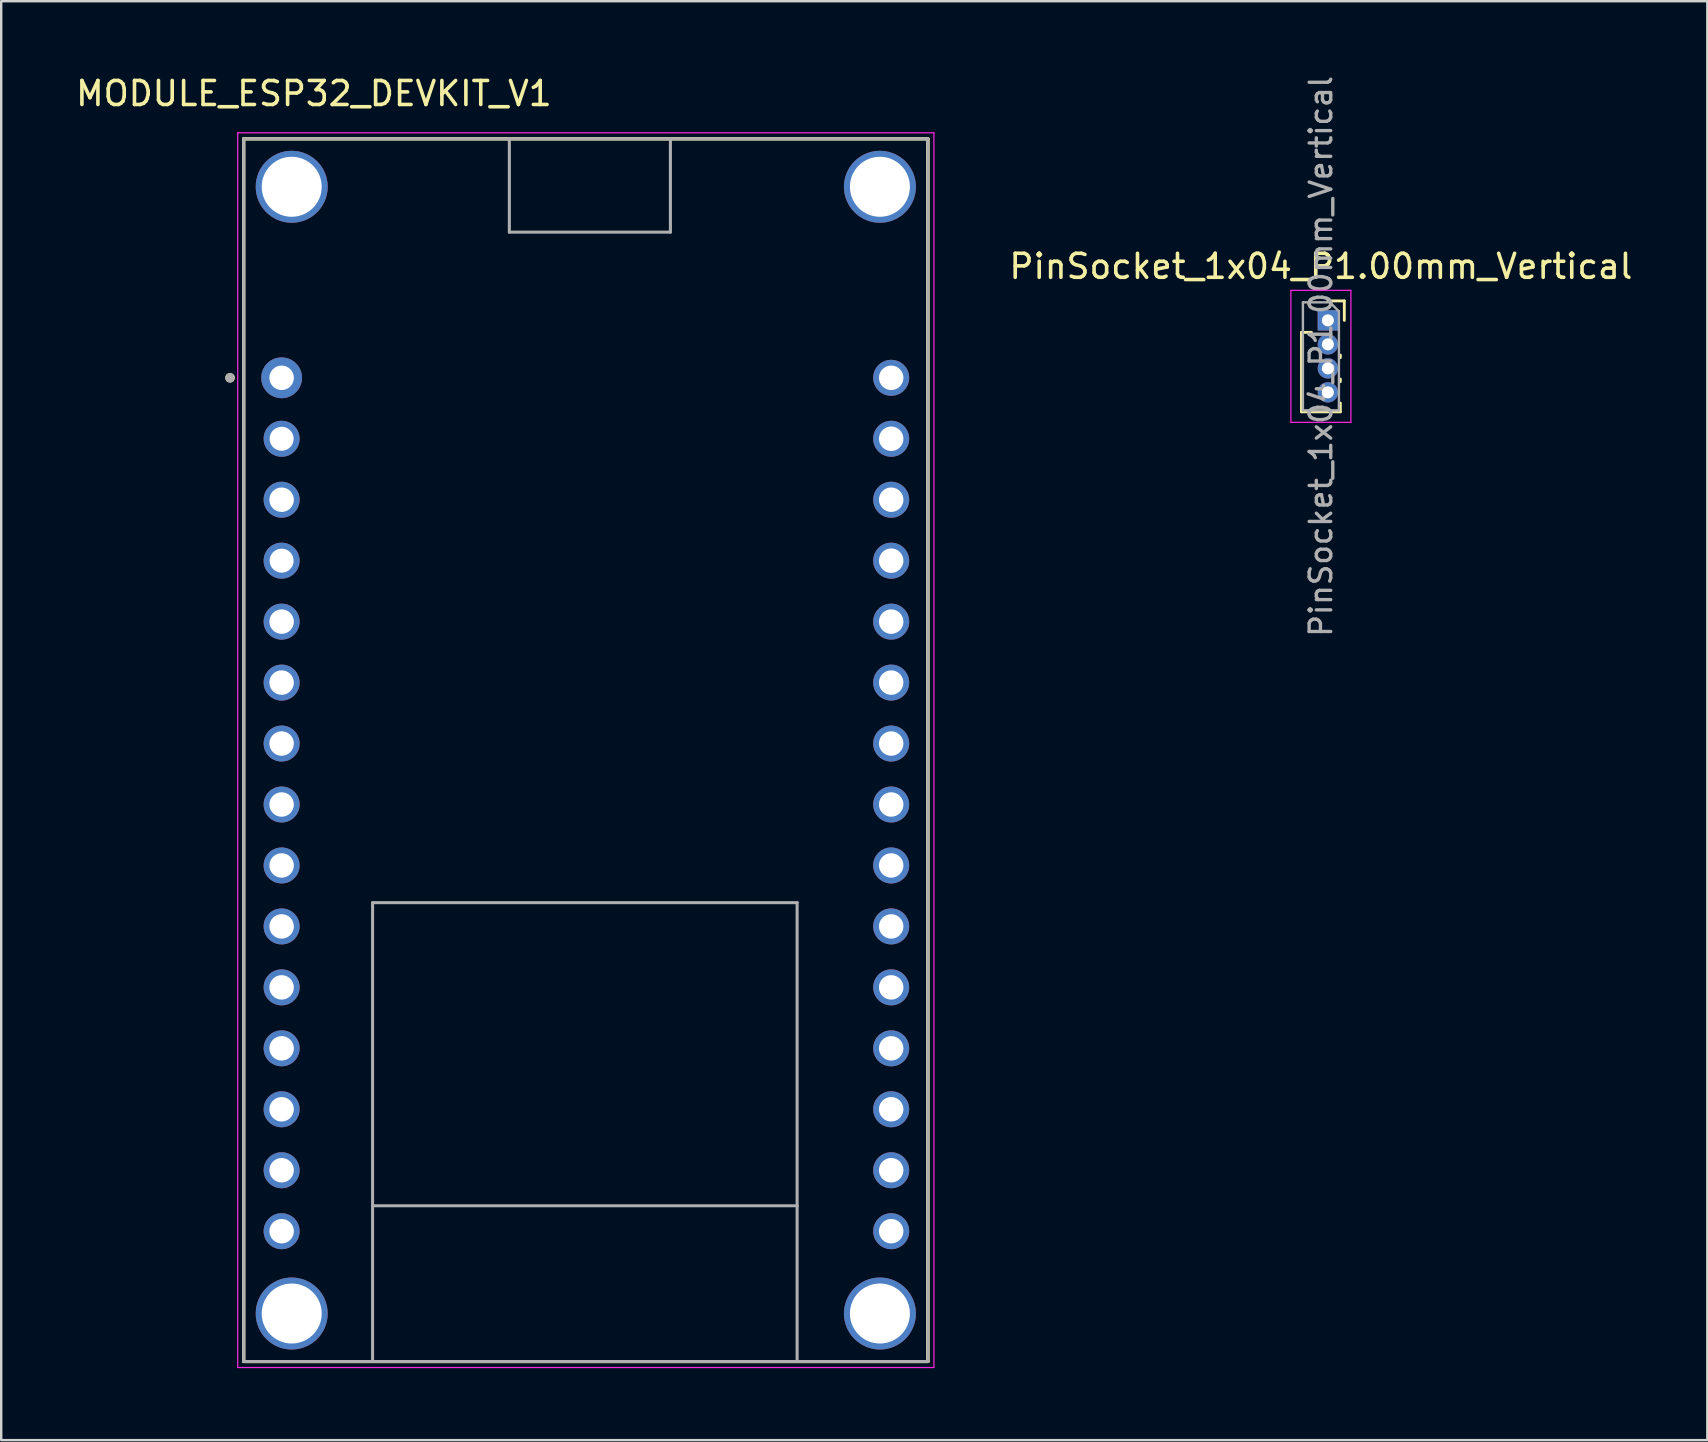
<source format=kicad_pcb>
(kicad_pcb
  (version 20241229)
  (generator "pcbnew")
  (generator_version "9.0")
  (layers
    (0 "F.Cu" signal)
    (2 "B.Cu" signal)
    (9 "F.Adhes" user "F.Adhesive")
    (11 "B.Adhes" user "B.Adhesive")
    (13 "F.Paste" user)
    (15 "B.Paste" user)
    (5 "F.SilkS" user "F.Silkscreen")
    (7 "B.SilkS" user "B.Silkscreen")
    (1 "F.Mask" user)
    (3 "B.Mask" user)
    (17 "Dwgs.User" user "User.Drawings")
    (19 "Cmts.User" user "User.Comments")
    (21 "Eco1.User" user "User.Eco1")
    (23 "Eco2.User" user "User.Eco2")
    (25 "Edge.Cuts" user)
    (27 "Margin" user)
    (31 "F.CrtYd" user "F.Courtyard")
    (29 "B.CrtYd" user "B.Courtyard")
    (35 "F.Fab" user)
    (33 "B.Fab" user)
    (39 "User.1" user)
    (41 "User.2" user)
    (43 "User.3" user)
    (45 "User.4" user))
  (footprint "MODULE_ESP32_DEVKIT_V1"
    (layer "F.Cu")
    (at 21.385 28.208)
    (property "Reference" "MODULE_ESP32_DEVKIT_V1" (at -11.355 -27.36 0) (layer "F.SilkS") (effects (font (size 1 1) (thickness 0.15))))
    (attr through_hole)
    (fp_line (start -14.28 -25.475) (end -3.211 -25.475) (stroke (width 0.127) (type solid)) (layer "F.SilkS"))
    (fp_line (start -14.28 -25.475) (end 14.23 -25.475) (stroke (width 0.127) (type solid)) (layer "F.SilkS"))
    (fp_line (start -14.28 25.475) (end -14.28 -25.475) (stroke (width 0.127) (type solid)) (layer "F.SilkS"))
    (fp_line (start -14.28 25.475) (end -14.28 -25.475) (stroke (width 0.127) (type solid)) (layer "F.SilkS"))
    (fp_line (start -14.28 25.475) (end -8.91 25.475) (stroke (width 0.127) (type solid)) (layer "F.SilkS"))
    (fp_line (start -8.91 25.475) (end 8.78 25.475) (stroke (width 0.127) (type solid)) (layer "F.SilkS"))
    (fp_line (start -3.211 -25.475) (end 3.5 -25.475) (stroke (width 0.127) (type solid)) (layer "F.SilkS"))
    (fp_line (start 3.5 -25.475) (end 14.23 -25.475) (stroke (width 0.127) (type solid)) (layer "F.SilkS"))
    (fp_line (start 8.78 25.475) (end 14.23 25.475) (stroke (width 0.127) (type solid)) (layer "F.SilkS"))
    (fp_line (start 14.23 -25.475) (end 14.23 25.475) (stroke (width 0.127) (type solid)) (layer "F.SilkS"))
    (fp_line (start 14.23 -25.475) (end 14.23 25.475) (stroke (width 0.127) (type solid)) (layer "F.SilkS"))
    (fp_line (start 14.23 25.475) (end -14.28 25.475) (stroke (width 0.127) (type solid)) (layer "F.SilkS"))
    (fp_circle (center -14.85 -15.515) (end -14.75 -15.515) (stroke (width 0.2) (type solid)) (fill no) (layer "F.SilkS"))
    (fp_line (start -14.53 -25.725) (end -14.53 25.725) (stroke (width 0.05) (type solid)) (layer "F.CrtYd"))
    (fp_line (start -14.53 25.725) (end 14.48 25.725) (stroke (width 0.05) (type solid)) (layer "F.CrtYd"))
    (fp_line (start 14.48 -25.725) (end -14.53 -25.725) (stroke (width 0.05) (type solid)) (layer "F.CrtYd"))
    (fp_line (start 14.48 25.725) (end 14.48 -25.725) (stroke (width 0.05) (type solid)) (layer "F.CrtYd"))
    (fp_line (start -14.28 -25.475) (end -3.211 -25.475) (stroke (width 0.127) (type solid)) (layer "F.Fab"))
    (fp_line (start -14.28 25.475) (end -14.28 -25.475) (stroke (width 0.127) (type solid)) (layer "F.Fab"))
    (fp_line (start -14.28 25.475) (end -8.91 25.475) (stroke (width 0.127) (type solid)) (layer "F.Fab"))
    (fp_line (start -8.91 6.355) (end 8.78 6.355) (stroke (width 0.127) (type solid)) (layer "F.Fab"))
    (fp_line (start -8.91 18.985) (end -8.91 6.355) (stroke (width 0.127) (type solid)) (layer "F.Fab"))
    (fp_line (start -8.91 18.985) (end 8.78 18.985) (stroke (width 0.127) (type solid)) (layer "F.Fab"))
    (fp_line (start -8.91 25.475) (end -8.91 18.985) (stroke (width 0.127) (type solid)) (layer "F.Fab"))
    (fp_line (start -8.91 25.475) (end 8.78 25.475) (stroke (width 0.127) (type solid)) (layer "F.Fab"))
    (fp_line (start -3.211 -25.475) (end 3.5 -25.475) (stroke (width 0.127) (type solid)) (layer "F.Fab"))
    (fp_line (start -3.211 -21.585) (end -3.211 -25.475) (stroke (width 0.127) (type solid)) (layer "F.Fab"))
    (fp_line (start 3.5 -25.475) (end 3.5 -21.585) (stroke (width 0.127) (type solid)) (layer "F.Fab"))
    (fp_line (start 3.5 -25.475) (end 14.23 -25.475) (stroke (width 0.127) (type solid)) (layer "F.Fab"))
    (fp_line (start 3.5 -21.585) (end -3.211 -21.585) (stroke (width 0.127) (type solid)) (layer "F.Fab"))
    (fp_line (start 8.78 6.355) (end 8.78 18.985) (stroke (width 0.127) (type solid)) (layer "F.Fab"))
    (fp_line (start 8.78 18.985) (end 8.78 25.475) (stroke (width 0.127) (type solid)) (layer "F.Fab"))
    (fp_line (start 8.78 25.475) (end 14.23 25.475) (stroke (width 0.127) (type solid)) (layer "F.Fab"))
    (fp_line (start 14.23 -25.475) (end 14.23 25.475) (stroke (width 0.127) (type solid)) (layer "F.Fab"))
    (fp_circle (center -14.85 -15.515) (end -14.75 -15.515) (stroke (width 0.2) (type solid)) (fill no) (layer "F.Fab"))
    (pad "" np_thru_hole circle (at -12.28 -23.475) (size 3 3) (drill 2.5) (layers "*.Cu" "*.Mask"))
    (pad "" np_thru_hole circle (at -12.28 23.475) (size 3 3) (drill 2.5) (layers "*.Cu" "*.Mask"))
    (pad "" np_thru_hole circle (at 12.23 -23.475) (size 3 3) (drill 2.5) (layers "*.Cu" "*.Mask"))
    (pad "" np_thru_hole circle (at 12.23 23.475) (size 3 3) (drill 2.5) (layers "*.Cu" "*.Mask"))
    (pad "1" thru_hole circle (at -12.7 -15.515) (size 1.7 1.7) (drill 1.02) (layers "*.Cu" "*.Mask"))
    (pad "2" thru_hole circle (at -12.7 -12.975) (size 1.5 1.5) (drill 1) (layers "*.Cu" "*.Mask"))
    (pad "3" thru_hole circle (at -12.7 -10.435) (size 1.5 1.5) (drill 1.02) (layers "*.Cu" "*.Mask"))
    (pad "4" thru_hole circle (at -12.7 -7.895) (size 1.5 1.5) (drill 1) (layers "*.Cu" "*.Mask"))
    (pad "5" thru_hole circle (at -12.7 -5.355) (size 1.5 1.5) (drill 1.02) (layers "*.Cu" "*.Mask"))
    (pad "6" thru_hole circle (at -12.7 -2.815) (size 1.5 1.5) (drill 1.02) (layers "*.Cu" "*.Mask"))
    (pad "7" thru_hole circle (at -12.7 -0.275) (size 1.5 1.5) (drill 1.02) (layers "*.Cu" "*.Mask"))
    (pad "8" thru_hole circle (at -12.7 2.265) (size 1.5 1.5) (drill 1.02) (layers "*.Cu" "*.Mask"))
    (pad "9" thru_hole circle (at -12.7 4.805) (size 1.5 1.5) (drill 1.02) (layers "*.Cu" "*.Mask"))
    (pad "10" thru_hole circle (at -12.7 7.345) (size 1.5 1.5) (drill 1.02) (layers "*.Cu" "*.Mask"))
    (pad "11" thru_hole circle (at -12.7 9.885) (size 1.5 1.5) (drill 1.02) (layers "*.Cu" "*.Mask"))
    (pad "12" thru_hole circle (at -12.7 12.425) (size 1.5 1.5) (drill 1.02) (layers "*.Cu" "*.Mask"))
    (pad "13" thru_hole circle (at -12.7 14.965) (size 1.5 1.5) (drill 1.02) (layers "*.Cu" "*.Mask"))
    (pad "14" thru_hole circle (at -12.7 17.505) (size 1.5 1.5) (drill 1.02) (layers "*.Cu" "*.Mask"))
    (pad "15" thru_hole circle (at -12.7 20.045) (size 1.5 1.5) (drill 1.02) (layers "*.Cu" "*.Mask"))
    (pad "16" thru_hole circle (at 12.7 20.045) (size 1.5 1.5) (drill 1.02) (layers "*.Cu" "*.Mask"))
    (pad "17" thru_hole circle (at 12.7 17.505) (size 1.5 1.5) (drill 1.02) (layers "*.Cu" "*.Mask"))
    (pad "18" thru_hole circle (at 12.7 14.965) (size 1.5 1.5) (drill 1.02) (layers "*.Cu" "*.Mask"))
    (pad "19" thru_hole circle (at 12.7 12.425) (size 1.5 1.5) (drill 1.02) (layers "*.Cu" "*.Mask"))
    (pad "20" thru_hole circle (at 12.7 9.885) (size 1.5 1.5) (drill 1.02) (layers "*.Cu" "*.Mask"))
    (pad "21" thru_hole circle (at 12.7 7.345) (size 1.5 1.5) (drill 1.02) (layers "*.Cu" "*.Mask"))
    (pad "22" thru_hole circle (at 12.7 4.805) (size 1.5 1.5) (drill 1.02) (layers "*.Cu" "*.Mask"))
    (pad "23" thru_hole circle (at 12.7 2.265) (size 1.5 1.5) (drill 1.02) (layers "*.Cu" "*.Mask"))
    (pad "24" thru_hole circle (at 12.7 -0.275) (size 1.5 1.5) (drill 1.02) (layers "*.Cu" "*.Mask"))
    (pad "25" thru_hole circle (at 12.7 -2.815) (size 1.5 1.5) (drill 1.02) (layers "*.Cu" "*.Mask"))
    (pad "26" thru_hole circle (at 12.7 -5.355) (size 1.5 1.5) (drill 1.02) (layers "*.Cu" "*.Mask"))
    (pad "27" thru_hole circle (at 12.7 -7.895) (size 1.5 1.5) (drill 1.02) (layers "*.Cu" "*.Mask"))
    (pad "28" thru_hole circle (at 12.7 -10.435) (size 1.5 1.5) (drill 1.02) (layers "*.Cu" "*.Mask"))
    (pad "29" thru_hole circle (at 12.7 -12.975) (size 1.5 1.5) (drill 1.02) (layers "*.Cu" "*.Mask"))
    (pad "30" thru_hole circle (at 12.7 -15.515) (size 1.5 1.5) (drill 1.02) (layers "*.Cu" "*.Mask"))
    (zone (net_name "") (layer "F.Cu") (hatch full 0.508) (connect_pads) (min_thickness 0.01) (filled_areas_thickness no) (keepout (tracks not_allowed) (vias not_allowed) (pads not_allowed) (copperpour not_allowed) (footprints allowed)) (placement (enabled no)) (fill) (polygon (pts (xy 12.475 47.193) (xy 30.165 47.193) (xy 30.165 53.683) (xy 12.475 53.683))))
    (zone (net_name "") (layers "F.Cu" "B.Cu") (hatch full 0.508) (connect_pads) (min_thickness 0.01) (filled_areas_thickness no) (keepout (tracks allowed) (vias not_allowed) (pads allowed) (copperpour allowed) (footprints allowed)) (placement (enabled no)) (fill) (polygon (pts (xy 12.475 47.193) (xy 30.165 47.193) (xy 30.165 53.683) (xy 12.475 53.683))))
    (zone (net_name "") (layer "B.Cu") (hatch full 0.508) (connect_pads) (min_thickness 0.01) (filled_areas_thickness no) (keepout (tracks not_allowed) (vias not_allowed) (pads not_allowed) (copperpour not_allowed) (footprints allowed)) (placement (enabled no)) (fill) (polygon (pts (xy 12.475 47.193) (xy 30.165 47.193) (xy 30.165 53.683) (xy 12.475 53.683)))))
  (footprint "PinSocket_1x04_P1.00mm_Vertical"
    (layer "F.Cu")
    (at 52.281 10.299)
    (property "Reference" "PinSocket_1x04_P1.00mm_Vertical" (at -0.29 -2.25 180) (layer "F.SilkS") (effects (font (size 1 1) (thickness 0.15))))
    (attr through_hole)
    (fp_line (start -1.1 0.5) (end -1.1 3.81) (stroke (width 0.12) (type solid)) (layer "F.SilkS"))
    (fp_line (start -1.1 0.5) (end -0.685 0.5) (stroke (width 0.12) (type solid)) (layer "F.SilkS"))
    (fp_line (start -1.1 3.81) (end 0.52 3.81) (stroke (width 0.12) (type solid)) (layer "F.SilkS"))
    (fp_line (start 0 -0.81) (end 0.685 -0.81) (stroke (width 0.12) (type solid)) (layer "F.SilkS"))
    (fp_line (start 0.52 1.446) (end 0.52 1.554) (stroke (width 0.12) (type solid)) (layer "F.SilkS"))
    (fp_line (start 0.52 2.446) (end 0.52 2.554) (stroke (width 0.12) (type solid)) (layer "F.SilkS"))
    (fp_line (start 0.52 3.446) (end 0.52 3.81) (stroke (width 0.12) (type solid)) (layer "F.SilkS"))
    (fp_line (start 0.685 -0.81) (end 0.685 0) (stroke (width 0.12) (type solid)) (layer "F.SilkS"))
    (fp_line (start -1.54 -1.25) (end 0.96 -1.25) (stroke (width 0.05) (type solid)) (layer "F.CrtYd"))
    (fp_line (start -1.54 4.25) (end -1.54 -1.25) (stroke (width 0.05) (type solid)) (layer "F.CrtYd"))
    (fp_line (start 0.96 -1.25) (end 0.96 4.25) (stroke (width 0.05) (type solid)) (layer "F.CrtYd"))
    (fp_line (start 0.96 4.25) (end -1.54 4.25) (stroke (width 0.05) (type solid)) (layer "F.CrtYd"))
    (fp_line (start -1.04 -0.75) (end 0.085 -0.75) (stroke (width 0.1) (type solid)) (layer "F.Fab"))
    (fp_line (start -1.04 3.75) (end -1.04 -0.75) (stroke (width 0.1) (type solid)) (layer "F.Fab"))
    (fp_line (start 0.085 -0.75) (end 0.46 -0.375) (stroke (width 0.1) (type solid)) (layer "F.Fab"))
    (fp_line (start 0.46 -0.375) (end 0.46 3.75) (stroke (width 0.1) (type solid)) (layer "F.Fab"))
    (fp_line (start 0.46 3.75) (end -1.04 3.75) (stroke (width 0.1) (type solid)) (layer "F.Fab"))
    (fp_text user "${REFERENCE}" (at -0.29 1.5 270) (layer "F.Fab") (effects (font (size 0.9 0.9) (thickness 0.14))))
    (pad "1" thru_hole rect (at 0 0) (size 0.85 0.85) (drill 0.5) (layers "*.Cu" "*.Mask"))
    (pad "2" thru_hole oval (at 0 1) (size 0.85 0.85) (drill 0.5) (layers "*.Cu" "*.Mask"))
    (pad "3" thru_hole oval (at 0 2) (size 0.85 0.85) (drill 0.5) (layers "*.Cu" "*.Mask"))
    (pad "4" thru_hole oval (at 0 3) (size 0.85 0.85) (drill 0.5) (layers "*.Cu" "*.Mask")))
  (gr_rect
    (start -3 -3)
    (end 68.092 56.958)
    (stroke (width 0.1) (type default))
    (fill no)
    (layer "Edge.Cuts")))
</source>
